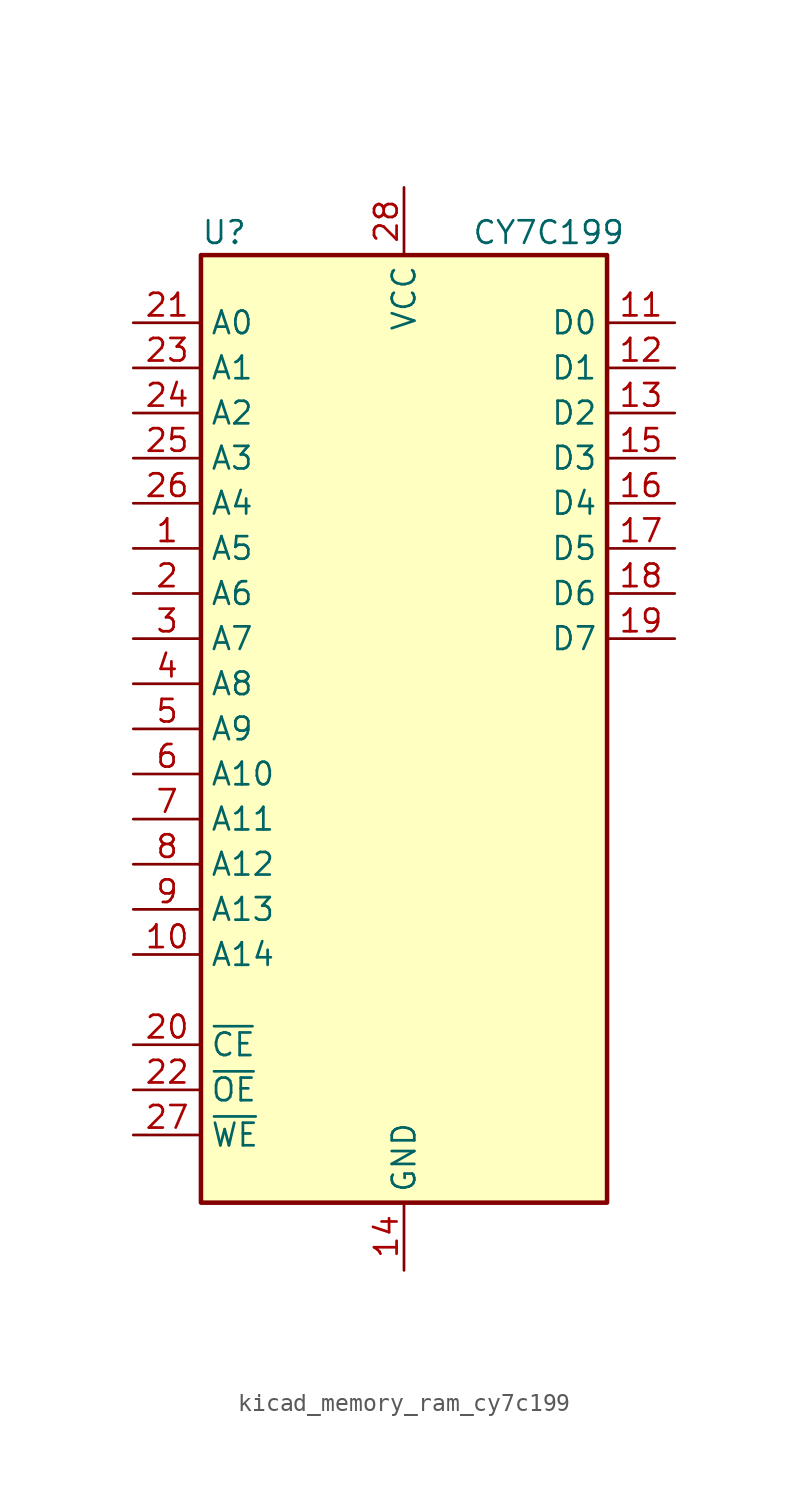
<source format=kicad_sym>
(kicad_symbol_lib
  (version 20220914)
  (generator kicad_symbol_editor)
  (symbol "kicad_memory_ram_cy7c199"
    (property "Reference" "U"
      (at -11.43 27.94 0)
      (effects (font (size 1.27 1.27)) (justify left)))
    (property "Value" "CY7C199"
      (at 3.81 27.94 0)
      (effects (font (size 1.27 1.27)) (justify left)))
    (symbol "kicad_memory_ram_cy7c199_0_0"
      (pin power_in line (at 0 -30.48 90) (length 3.81) (name "GND" (effects (font (size 1.27 1.27)))) (number "14" (effects (font (size 1.27 1.27)))))
      (pin power_in line (at 0 30.48 270) (length 3.81) (name "VCC" (effects (font (size 1.27 1.27)))) (number "28" (effects (font (size 1.27 1.27))))))
    (symbol "kicad_memory_ram_cy7c199_0_1"
      (rectangle (start -11.43 26.67) (end 11.43 -26.67) (stroke (width 0.254) (type default)) (fill (type background))))
    (symbol "kicad_memory_ram_cy7c199_1_1"
      (pin input line (at -15.24 10.16 0) (length 3.81) (name "A5" (effects (font (size 1.27 1.27)))) (number "1" (effects (font (size 1.27 1.27)))))
      (pin input line (at -15.24 -12.7 0) (length 3.81) (name "A14" (effects (font (size 1.27 1.27)))) (number "10" (effects (font (size 1.27 1.27)))))
      (pin tri_state line (at 15.24 22.86 180) (length 3.81) (name "D0" (effects (font (size 1.27 1.27)))) (number "11" (effects (font (size 1.27 1.27)))))
      (pin tri_state line (at 15.24 20.32 180) (length 3.81) (name "D1" (effects (font (size 1.27 1.27)))) (number "12" (effects (font (size 1.27 1.27)))))
      (pin tri_state line (at 15.24 17.78 180) (length 3.81) (name "D2" (effects (font (size 1.27 1.27)))) (number "13" (effects (font (size 1.27 1.27)))))
      (pin tri_state line (at 15.24 15.24 180) (length 3.81) (name "D3" (effects (font (size 1.27 1.27)))) (number "15" (effects (font (size 1.27 1.27)))))
      (pin tri_state line (at 15.24 12.7 180) (length 3.81) (name "D4" (effects (font (size 1.27 1.27)))) (number "16" (effects (font (size 1.27 1.27)))))
      (pin tri_state line (at 15.24 10.16 180) (length 3.81) (name "D5" (effects (font (size 1.27 1.27)))) (number "17" (effects (font (size 1.27 1.27)))))
      (pin tri_state line (at 15.24 7.62 180) (length 3.81) (name "D6" (effects (font (size 1.27 1.27)))) (number "18" (effects (font (size 1.27 1.27)))))
      (pin tri_state line (at 15.24 5.08 180) (length 3.81) (name "D7" (effects (font (size 1.27 1.27)))) (number "19" (effects (font (size 1.27 1.27)))))
      (pin input line (at -15.24 7.62 0) (length 3.81) (name "A6" (effects (font (size 1.27 1.27)))) (number "2" (effects (font (size 1.27 1.27)))))
      (pin input line (at -15.24 -17.78 0) (length 3.81) (name "~{CE}" (effects (font (size 1.27 1.27)))) (number "20" (effects (font (size 1.27 1.27)))))
      (pin input line (at -15.24 22.86 0) (length 3.81) (name "A0" (effects (font (size 1.27 1.27)))) (number "21" (effects (font (size 1.27 1.27)))))
      (pin input line (at -15.24 -20.32 0) (length 3.81) (name "~{OE}" (effects (font (size 1.27 1.27)))) (number "22" (effects (font (size 1.27 1.27)))))
      (pin input line (at -15.24 20.32 0) (length 3.81) (name "A1" (effects (font (size 1.27 1.27)))) (number "23" (effects (font (size 1.27 1.27)))))
      (pin input line (at -15.24 17.78 0) (length 3.81) (name "A2" (effects (font (size 1.27 1.27)))) (number "24" (effects (font (size 1.27 1.27)))))
      (pin input line (at -15.24 15.24 0) (length 3.81) (name "A3" (effects (font (size 1.27 1.27)))) (number "25" (effects (font (size 1.27 1.27)))))
      (pin input line (at -15.24 12.7 0) (length 3.81) (name "A4" (effects (font (size 1.27 1.27)))) (number "26" (effects (font (size 1.27 1.27)))))
      (pin input line (at -15.24 -22.86 0) (length 3.81) (name "~{WE}" (effects (font (size 1.27 1.27)))) (number "27" (effects (font (size 1.27 1.27)))))
      (pin input line (at -15.24 5.08 0) (length 3.81) (name "A7" (effects (font (size 1.27 1.27)))) (number "3" (effects (font (size 1.27 1.27)))))
      (pin input line (at -15.24 2.54 0) (length 3.81) (name "A8" (effects (font (size 1.27 1.27)))) (number "4" (effects (font (size 1.27 1.27)))))
      (pin input line (at -15.24 0 0) (length 3.81) (name "A9" (effects (font (size 1.27 1.27)))) (number "5" (effects (font (size 1.27 1.27)))))
      (pin input line (at -15.24 -2.54 0) (length 3.81) (name "A10" (effects (font (size 1.27 1.27)))) (number "6" (effects (font (size 1.27 1.27)))))
      (pin input line (at -15.24 -5.08 0) (length 3.81) (name "A11" (effects (font (size 1.27 1.27)))) (number "7" (effects (font (size 1.27 1.27)))))
      (pin input line (at -15.24 -7.62 0) (length 3.81) (name "A12" (effects (font (size 1.27 1.27)))) (number "8" (effects (font (size 1.27 1.27)))))
      (pin input line (at -15.24 -10.16 0) (length 3.81) (name "A13" (effects (font (size 1.27 1.27)))) (number "9" (effects (font (size 1.27 1.27))))))))
</source>
